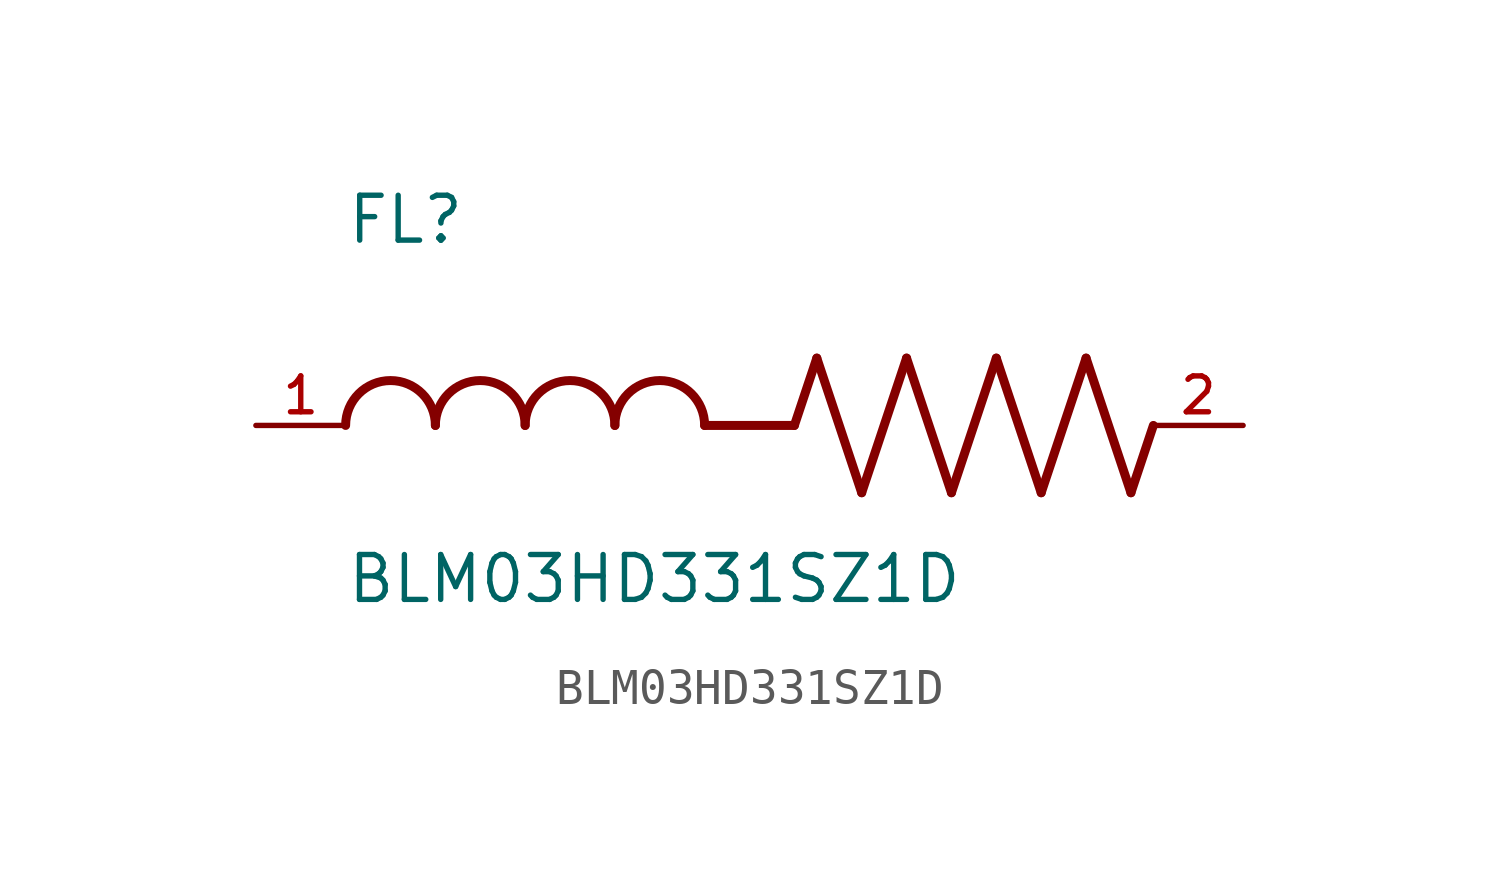
<source format=kicad_sym>
(kicad_symbol_lib
  (version 20211014)
  (generator kicad_symbol_editor)
  (symbol "BLM03HD331SZ1D"
    (pin_names
      (offset 1.016))
    (property "Reference" "FL"
      (at -12.704 5.081 0)
      (effects (font (size 1.27 1.27)) (justify bottom left)))
    (property "Value" "BLM03HD331SZ1D"
      (at -12.71 -5.087 0)
      (effects (font (size 1.27 1.27)) (justify bottom left)))
    (symbol "BLM03HD331SZ1D_0_0"
      (polyline (pts (xy 0.0 0.0) (xy 0.635 1.905)) (stroke (width 0.254)))
      (polyline (pts (xy 0.635 1.905) (xy 1.905 -1.905)) (stroke (width 0.254)))
      (polyline (pts (xy 1.905 -1.905) (xy 3.175 1.905)) (stroke (width 0.254)))
      (polyline (pts (xy 3.175 1.905) (xy 4.445 -1.905)) (stroke (width 0.254)))
      (polyline (pts (xy 4.445 -1.905) (xy 5.715 1.905)) (stroke (width 0.254)))
      (polyline (pts (xy 5.715 1.905) (xy 6.985 -1.905)) (stroke (width 0.254)))
      (polyline (pts (xy 6.985 -1.905) (xy 8.255 1.905)) (stroke (width 0.254)))
      (polyline (pts (xy 8.255 1.905) (xy 9.525 -1.905)) (stroke (width 0.254)))
      (polyline (pts (xy 9.525 -1.905) (xy 10.16 0.0)) (stroke (width 0.254)))
      (arc (start -10.16 0.0) (mid -11.43 1.27) (end -12.7 0.0) (stroke (width 0.254) (type default) (color 0 0 0 0)) (fill (type none)))
      (arc (start -7.62 0.0) (mid -8.89 1.27) (end -10.16 0.0) (stroke (width 0.254) (type default) (color 0 0 0 0)) (fill (type none)))
      (arc (start -5.08 0.0) (mid -6.35 1.27) (end -7.62 0.0) (stroke (width 0.254) (type default) (color 0 0 0 0)) (fill (type none)))
      (arc (start -2.54 0.0) (mid -3.81 1.27) (end -5.08 0.0) (stroke (width 0.254) (type default) (color 0 0 0 0)) (fill (type none)))
      (polyline (pts (xy 0.0 0.0) (xy -2.54 0.0)) (stroke (width 0.254)))
      (pin passive line (at 12.7 0.0 180.0) (length 2.54) (name "~" (effects (font (size 1.016 1.016)))) (number "2" (effects (font (size 1.016 1.016)))))
      (pin passive line (at -15.24 0.0 0) (length 2.54) (name "~" (effects (font (size 1.016 1.016)))) (number "1" (effects (font (size 1.016 1.016))))))))
</source>
